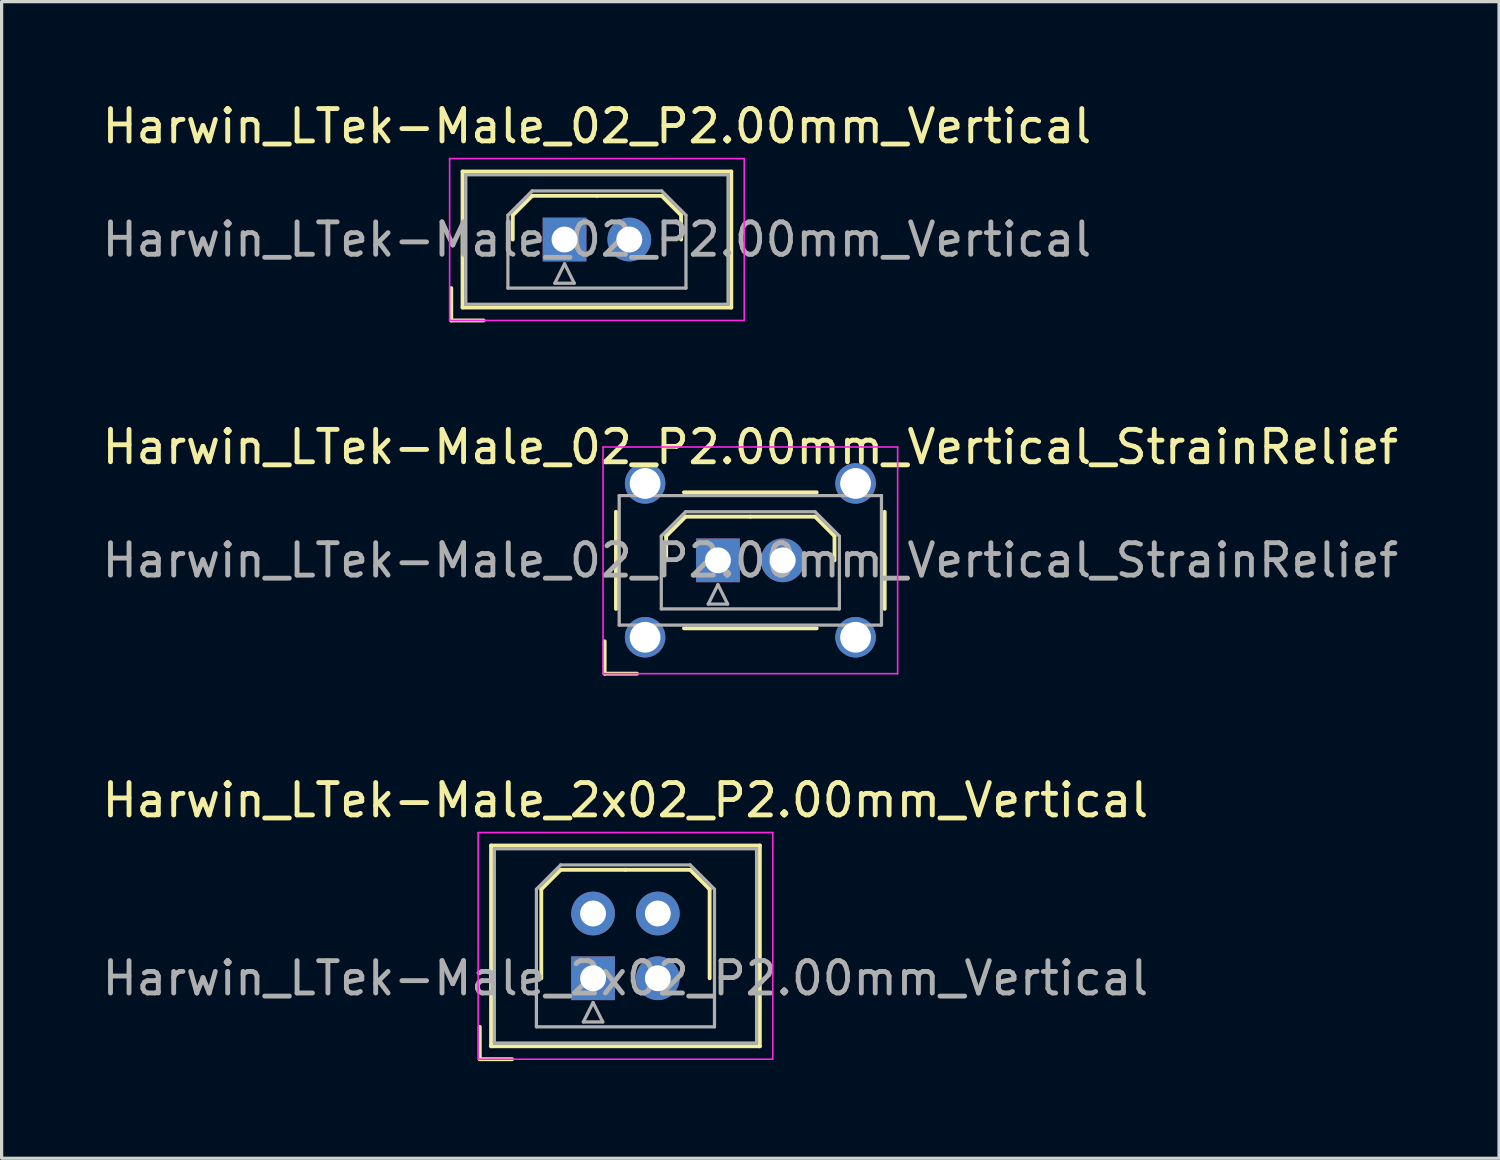
<source format=kicad_pcb>
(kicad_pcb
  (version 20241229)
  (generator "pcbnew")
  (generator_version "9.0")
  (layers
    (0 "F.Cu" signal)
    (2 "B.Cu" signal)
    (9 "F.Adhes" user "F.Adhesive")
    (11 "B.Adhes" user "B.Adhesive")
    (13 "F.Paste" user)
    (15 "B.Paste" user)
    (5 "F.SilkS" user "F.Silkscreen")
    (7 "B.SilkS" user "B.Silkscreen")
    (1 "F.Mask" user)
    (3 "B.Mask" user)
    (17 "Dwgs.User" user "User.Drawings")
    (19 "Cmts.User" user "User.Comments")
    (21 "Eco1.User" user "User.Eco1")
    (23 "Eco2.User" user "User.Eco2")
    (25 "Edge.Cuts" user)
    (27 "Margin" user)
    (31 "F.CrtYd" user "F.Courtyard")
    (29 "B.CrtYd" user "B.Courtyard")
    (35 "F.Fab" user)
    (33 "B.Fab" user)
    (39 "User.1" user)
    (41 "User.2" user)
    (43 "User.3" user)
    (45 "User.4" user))
  (footprint "Harwin_LTek-Male_02_P2.00mm_Vertical_StrainRelief"
    (layer "F.Cu")
    (at 19.125 14.257)
    (property "Reference" "Harwin_LTek-Male_02_P2.00mm_Vertical_StrainRelief" (at 1 -3.5 0) (layer "F.SilkS") (effects (font (size 1 1) (thickness 0.15))))
    (attr through_hole)
    (fp_line (start -3.5 2.5) (end -3.5 3.5) (stroke (width 0.12) (type solid)) (layer "F.SilkS"))
    (fp_line (start -3.5 3.5) (end -2.5 3.5) (stroke (width 0.12) (type solid)) (layer "F.SilkS"))
    (fp_line (start -3.15 -1.5) (end -3.15 1.5) (stroke (width 0.12) (type solid)) (layer "F.SilkS"))
    (fp_line (start -1.6 -0.75) (end -1 -1.35) (stroke (width 0.12) (type solid)) (layer "F.SilkS"))
    (fp_line (start -1.6 0) (end -1.6 -0.75) (stroke (width 0.12) (type solid)) (layer "F.SilkS"))
    (fp_line (start -1.05 -2.1) (end 3.05 -2.1) (stroke (width 0.12) (type solid)) (layer "F.SilkS"))
    (fp_line (start -1.05 2.1) (end 3.05 2.1) (stroke (width 0.12) (type solid)) (layer "F.SilkS"))
    (fp_line (start -1 -1.35) (end 1 -1.35) (stroke (width 0.12) (type solid)) (layer "F.SilkS"))
    (fp_line (start 3 -1.35) (end 1 -1.35) (stroke (width 0.12) (type solid)) (layer "F.SilkS"))
    (fp_line (start 3.6 -0.75) (end 3 -1.35) (stroke (width 0.12) (type solid)) (layer "F.SilkS"))
    (fp_line (start 3.6 0) (end 3.6 -0.75) (stroke (width 0.12) (type solid)) (layer "F.SilkS"))
    (fp_line (start 5.15 -1.5) (end 5.15 1.5) (stroke (width 0.12) (type solid)) (layer "F.SilkS"))
    (fp_line (start -3.55 -3.5) (end -3.55 3.5) (stroke (width 0.05) (type solid)) (layer "F.CrtYd"))
    (fp_line (start -3.55 3.5) (end 5.55 3.5) (stroke (width 0.05) (type solid)) (layer "F.CrtYd"))
    (fp_line (start 5.55 -3.5) (end -3.55 -3.5) (stroke (width 0.05) (type solid)) (layer "F.CrtYd"))
    (fp_line (start 5.55 3.5) (end 5.55 -3.5) (stroke (width 0.05) (type solid)) (layer "F.CrtYd"))
    (fp_line (start -3.05 -2) (end -3.05 2) (stroke (width 0.1) (type solid)) (layer "F.Fab"))
    (fp_line (start -3.05 2) (end 5.05 2) (stroke (width 0.1) (type solid)) (layer "F.Fab"))
    (fp_line (start -1.75 -0.75) (end -1 -1.5) (stroke (width 0.1) (type solid)) (layer "F.Fab"))
    (fp_line (start -1.75 1.5) (end -1.75 -0.75) (stroke (width 0.1) (type solid)) (layer "F.Fab"))
    (fp_line (start -1 -1.5) (end 3 -1.5) (stroke (width 0.1) (type solid)) (layer "F.Fab"))
    (fp_line (start -0.3 1.35) (end 0.3 1.35) (stroke (width 0.1) (type solid)) (layer "F.Fab"))
    (fp_line (start 0 0.75) (end -0.3 1.35) (stroke (width 0.1) (type solid)) (layer "F.Fab"))
    (fp_line (start 0.3 1.35) (end 0 0.75) (stroke (width 0.1) (type solid)) (layer "F.Fab"))
    (fp_line (start 3 -1.5) (end 3.75 -0.75) (stroke (width 0.1) (type solid)) (layer "F.Fab"))
    (fp_line (start 3.75 -0.75) (end 3.75 1.5) (stroke (width 0.1) (type solid)) (layer "F.Fab"))
    (fp_line (start 3.75 1.5) (end -1.75 1.5) (stroke (width 0.1) (type solid)) (layer "F.Fab"))
    (fp_line (start 5.05 -2) (end -3.05 -2) (stroke (width 0.1) (type solid)) (layer "F.Fab"))
    (fp_line (start 5.05 2) (end 5.05 -2) (stroke (width 0.1) (type solid)) (layer "F.Fab"))
    (fp_text user "${REFERENCE}" (at 1 0 0) (layer "F.Fab") (effects (font (size 1 1) (thickness 0.15))))
    (pad "" thru_hole circle (at -2.25 -2.375) (size 1.25 1.25) (drill 0.95) (layers "*.Cu" "*.Mask"))
    (pad "" thru_hole circle (at -2.25 2.375) (size 1.25 1.25) (drill 0.95) (layers "*.Cu" "*.Mask"))
    (pad "" thru_hole circle (at 4.25 -2.375) (size 1.25 1.25) (drill 0.95) (layers "*.Cu" "*.Mask"))
    (pad "" thru_hole circle (at 4.25 2.375) (size 1.25 1.25) (drill 0.95) (layers "*.Cu" "*.Mask"))
    (pad "1" thru_hole rect (at 0 0) (size 1.35 1.35) (drill 0.8) (layers "*.Cu" "*.Mask"))
    (pad "2" thru_hole circle (at 2 0) (size 1.35 1.35) (drill 0.8) (layers "*.Cu" "*.Mask")))
  (footprint "Harwin_LTek-Male_02_P2.00mm_Vertical"
    (layer "F.Cu")
    (at 14.387 4.348)
    (property "Reference" "Harwin_LTek-Male_02_P2.00mm_Vertical" (at 1 -3.5 0) (layer "F.SilkS") (effects (font (size 1 1) (thickness 0.15))))
    (attr through_hole)
    (fp_line (start -3.5 1.5) (end -3.5 2.5) (stroke (width 0.12) (type solid)) (layer "F.SilkS"))
    (fp_line (start -3.5 2.5) (end -2.5 2.5) (stroke (width 0.12) (type solid)) (layer "F.SilkS"))
    (fp_line (start -3.15 -2.1) (end -3.15 2.1) (stroke (width 0.12) (type solid)) (layer "F.SilkS"))
    (fp_line (start -3.15 2.1) (end 5.15 2.1) (stroke (width 0.12) (type solid)) (layer "F.SilkS"))
    (fp_line (start -1.6 -0.75) (end -1 -1.35) (stroke (width 0.12) (type solid)) (layer "F.SilkS"))
    (fp_line (start -1.6 0) (end -1.6 -0.75) (stroke (width 0.12) (type solid)) (layer "F.SilkS"))
    (fp_line (start -1 -1.35) (end 1 -1.35) (stroke (width 0.12) (type solid)) (layer "F.SilkS"))
    (fp_line (start 3 -1.35) (end 1 -1.35) (stroke (width 0.12) (type solid)) (layer "F.SilkS"))
    (fp_line (start 3.6 -0.75) (end 3 -1.35) (stroke (width 0.12) (type solid)) (layer "F.SilkS"))
    (fp_line (start 3.6 0) (end 3.6 -0.75) (stroke (width 0.12) (type solid)) (layer "F.SilkS"))
    (fp_line (start 5.15 -2.1) (end -3.15 -2.1) (stroke (width 0.12) (type solid)) (layer "F.SilkS"))
    (fp_line (start 5.15 2.1) (end 5.15 -2.1) (stroke (width 0.12) (type solid)) (layer "F.SilkS"))
    (fp_line (start -3.55 -2.5) (end -3.55 2.5) (stroke (width 0.05) (type solid)) (layer "F.CrtYd"))
    (fp_line (start -3.55 2.5) (end 5.55 2.5) (stroke (width 0.05) (type solid)) (layer "F.CrtYd"))
    (fp_line (start 5.55 -2.5) (end -3.55 -2.5) (stroke (width 0.05) (type solid)) (layer "F.CrtYd"))
    (fp_line (start 5.55 2.5) (end 5.55 -2.5) (stroke (width 0.05) (type solid)) (layer "F.CrtYd"))
    (fp_line (start -3.05 -2) (end -3.05 2) (stroke (width 0.1) (type solid)) (layer "F.Fab"))
    (fp_line (start -3.05 2) (end 5.05 2) (stroke (width 0.1) (type solid)) (layer "F.Fab"))
    (fp_line (start -1.75 -0.75) (end -1 -1.5) (stroke (width 0.1) (type solid)) (layer "F.Fab"))
    (fp_line (start -1.75 1.5) (end -1.75 -0.75) (stroke (width 0.1) (type solid)) (layer "F.Fab"))
    (fp_line (start -1 -1.5) (end 3 -1.5) (stroke (width 0.1) (type solid)) (layer "F.Fab"))
    (fp_line (start -0.3 1.35) (end 0.3 1.35) (stroke (width 0.1) (type solid)) (layer "F.Fab"))
    (fp_line (start 0 0.75) (end -0.3 1.35) (stroke (width 0.1) (type solid)) (layer "F.Fab"))
    (fp_line (start 0.3 1.35) (end 0 0.75) (stroke (width 0.1) (type solid)) (layer "F.Fab"))
    (fp_line (start 3 -1.5) (end 3.75 -0.75) (stroke (width 0.1) (type solid)) (layer "F.Fab"))
    (fp_line (start 3.75 -0.75) (end 3.75 1.5) (stroke (width 0.1) (type solid)) (layer "F.Fab"))
    (fp_line (start 3.75 1.5) (end -1.75 1.5) (stroke (width 0.1) (type solid)) (layer "F.Fab"))
    (fp_line (start 5.05 -2) (end -3.05 -2) (stroke (width 0.1) (type solid)) (layer "F.Fab"))
    (fp_line (start 5.05 2) (end 5.05 -2) (stroke (width 0.1) (type solid)) (layer "F.Fab"))
    (fp_text user "${REFERENCE}" (at 1 0 0) (layer "F.Fab") (effects (font (size 1 1) (thickness 0.15))))
    (pad "1" thru_hole rect (at 0 0) (size 1.35 1.35) (drill 0.8) (layers "*.Cu" "*.Mask"))
    (pad "2" thru_hole circle (at 2 0) (size 1.35 1.35) (drill 0.8) (layers "*.Cu" "*.Mask")))
  (footprint "Harwin_LTek-Male_2x02_P2.00mm_Vertical"
    (layer "F.Cu")
    (at 15.268 27.165)
    (property "Reference" "Harwin_LTek-Male_2x02_P2.00mm_Vertical" (at 1 -5.5 0) (layer "F.SilkS") (effects (font (size 1 1) (thickness 0.15))))
    (attr through_hole)
    (fp_line (start -3.5 1.5) (end -3.5 2.5) (stroke (width 0.12) (type solid)) (layer "F.SilkS"))
    (fp_line (start -3.5 2.5) (end -2.5 2.5) (stroke (width 0.12) (type solid)) (layer "F.SilkS"))
    (fp_line (start -3.15 -4.1) (end -3.15 2.1) (stroke (width 0.12) (type solid)) (layer "F.SilkS"))
    (fp_line (start -3.15 2.1) (end 5.15 2.1) (stroke (width 0.12) (type solid)) (layer "F.SilkS"))
    (fp_line (start -1.6 -2.75) (end -1 -3.35) (stroke (width 0.12) (type solid)) (layer "F.SilkS"))
    (fp_line (start -1.6 0) (end -1.6 -2.75) (stroke (width 0.12) (type solid)) (layer "F.SilkS"))
    (fp_line (start -1 -3.35) (end 1 -3.35) (stroke (width 0.12) (type solid)) (layer "F.SilkS"))
    (fp_line (start 3 -3.35) (end 1 -3.35) (stroke (width 0.12) (type solid)) (layer "F.SilkS"))
    (fp_line (start 3.6 -2.75) (end 3 -3.35) (stroke (width 0.12) (type solid)) (layer "F.SilkS"))
    (fp_line (start 3.6 0) (end 3.6 -2.75) (stroke (width 0.12) (type solid)) (layer "F.SilkS"))
    (fp_line (start 5.15 -4.1) (end -3.15 -4.1) (stroke (width 0.12) (type solid)) (layer "F.SilkS"))
    (fp_line (start 5.15 2.1) (end 5.15 -4.1) (stroke (width 0.12) (type solid)) (layer "F.SilkS"))
    (fp_line (start -3.55 -4.5) (end -3.55 2.5) (stroke (width 0.05) (type solid)) (layer "F.CrtYd"))
    (fp_line (start -3.55 2.5) (end 5.55 2.5) (stroke (width 0.05) (type solid)) (layer "F.CrtYd"))
    (fp_line (start 5.55 -4.5) (end -3.55 -4.5) (stroke (width 0.05) (type solid)) (layer "F.CrtYd"))
    (fp_line (start 5.55 2.5) (end 5.55 -4.5) (stroke (width 0.05) (type solid)) (layer "F.CrtYd"))
    (fp_line (start -3.05 -4) (end -3.05 2) (stroke (width 0.1) (type solid)) (layer "F.Fab"))
    (fp_line (start -3.05 2) (end 5.05 2) (stroke (width 0.1) (type solid)) (layer "F.Fab"))
    (fp_line (start -1.75 -2.75) (end -1 -3.5) (stroke (width 0.1) (type solid)) (layer "F.Fab"))
    (fp_line (start -1.75 1.5) (end -1.75 -2.75) (stroke (width 0.1) (type solid)) (layer "F.Fab"))
    (fp_line (start -1 -3.5) (end 3 -3.5) (stroke (width 0.1) (type solid)) (layer "F.Fab"))
    (fp_line (start -0.3 1.35) (end 0.3 1.35) (stroke (width 0.1) (type solid)) (layer "F.Fab"))
    (fp_line (start 0 0.75) (end -0.3 1.35) (stroke (width 0.1) (type solid)) (layer "F.Fab"))
    (fp_line (start 0.3 1.35) (end 0 0.75) (stroke (width 0.1) (type solid)) (layer "F.Fab"))
    (fp_line (start 3 -3.5) (end 3.75 -2.75) (stroke (width 0.1) (type solid)) (layer "F.Fab"))
    (fp_line (start 3.75 -2.75) (end 3.75 1.5) (stroke (width 0.1) (type solid)) (layer "F.Fab"))
    (fp_line (start 3.75 1.5) (end -1.75 1.5) (stroke (width 0.1) (type solid)) (layer "F.Fab"))
    (fp_line (start 5.05 -4) (end -3.05 -4) (stroke (width 0.1) (type solid)) (layer "F.Fab"))
    (fp_line (start 5.05 2) (end 5.05 -4) (stroke (width 0.1) (type solid)) (layer "F.Fab"))
    (fp_text user "${REFERENCE}" (at 1 0 0) (layer "F.Fab") (effects (font (size 1 1) (thickness 0.15))))
    (pad "1" thru_hole rect (at 0 0) (size 1.35 1.35) (drill 0.8) (layers "*.Cu" "*.Mask"))
    (pad "2" thru_hole circle (at 0 -2) (size 1.35 1.35) (drill 0.8) (layers "*.Cu" "*.Mask"))
    (pad "3" thru_hole circle (at 2 0) (size 1.35 1.35) (drill 0.8) (layers "*.Cu" "*.Mask"))
    (pad "4" thru_hole circle (at 2 -2) (size 1.35 1.35) (drill 0.8) (layers "*.Cu" "*.Mask")))
  (gr_rect
    (start -3 -3)
    (end 43.25 32.725)
    (stroke (width 0.1) (type default))
    (fill no)
    (layer "Edge.Cuts")))
</source>
